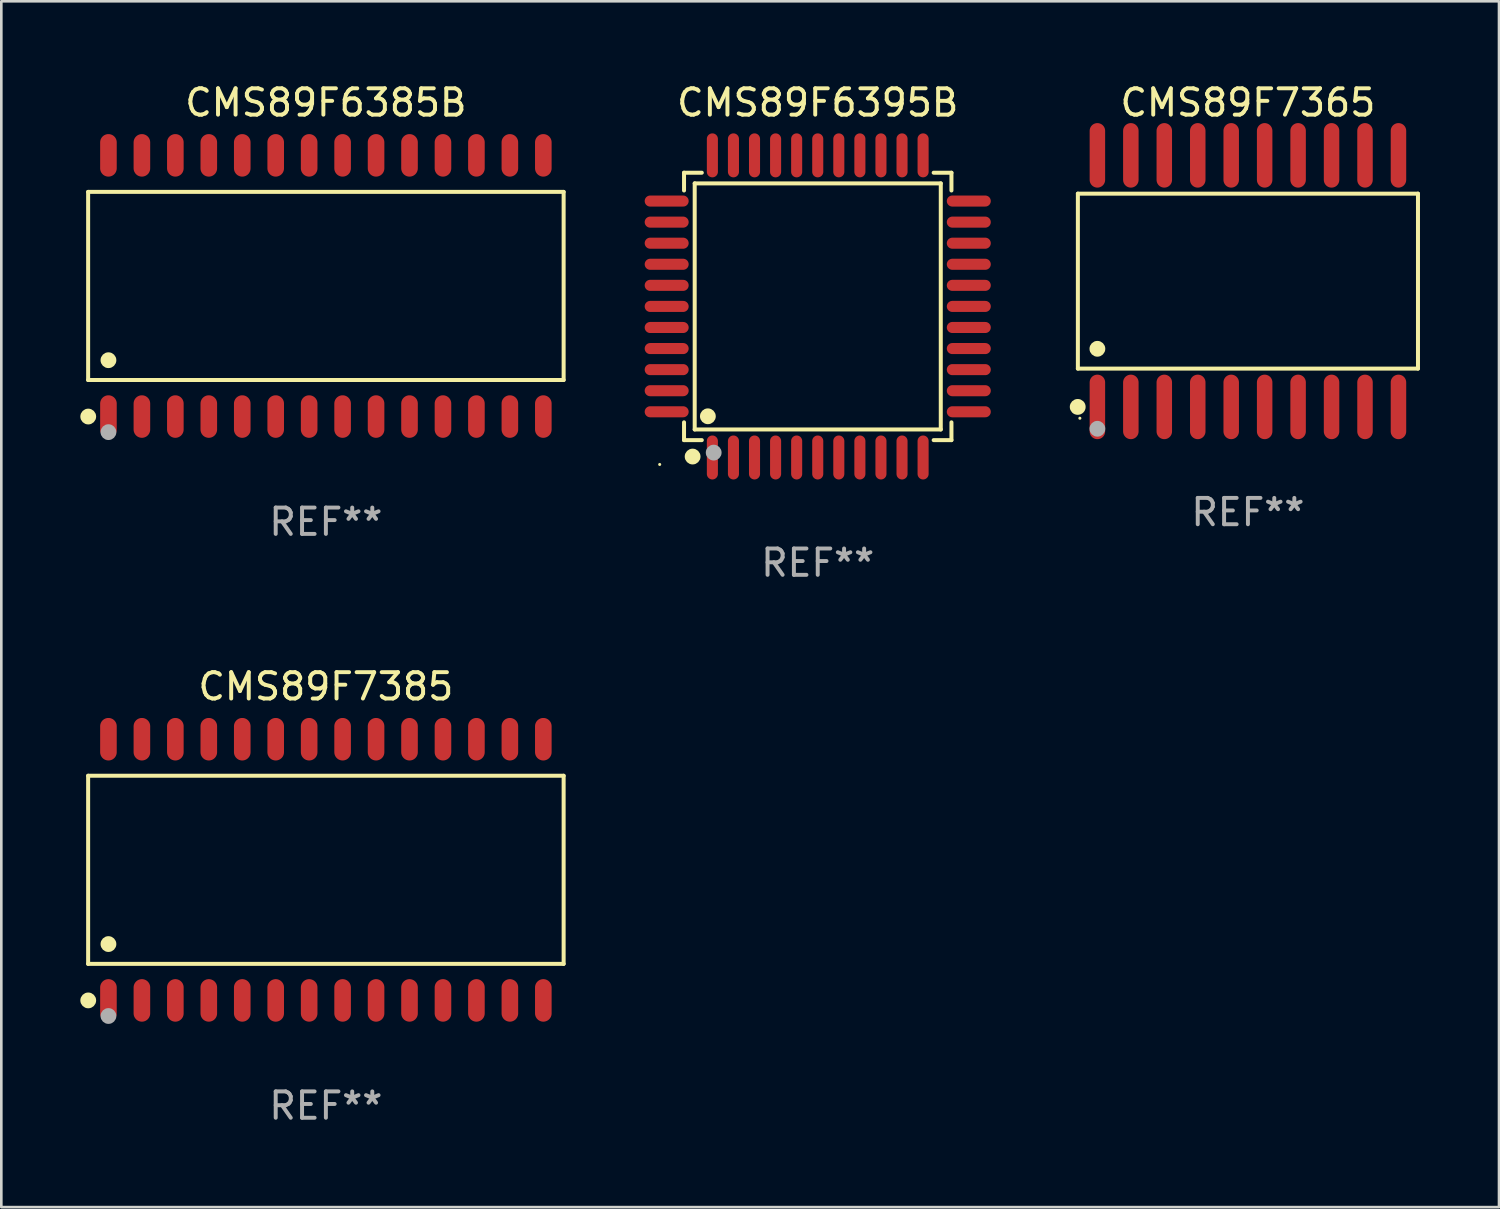
<source format=kicad_pcb>
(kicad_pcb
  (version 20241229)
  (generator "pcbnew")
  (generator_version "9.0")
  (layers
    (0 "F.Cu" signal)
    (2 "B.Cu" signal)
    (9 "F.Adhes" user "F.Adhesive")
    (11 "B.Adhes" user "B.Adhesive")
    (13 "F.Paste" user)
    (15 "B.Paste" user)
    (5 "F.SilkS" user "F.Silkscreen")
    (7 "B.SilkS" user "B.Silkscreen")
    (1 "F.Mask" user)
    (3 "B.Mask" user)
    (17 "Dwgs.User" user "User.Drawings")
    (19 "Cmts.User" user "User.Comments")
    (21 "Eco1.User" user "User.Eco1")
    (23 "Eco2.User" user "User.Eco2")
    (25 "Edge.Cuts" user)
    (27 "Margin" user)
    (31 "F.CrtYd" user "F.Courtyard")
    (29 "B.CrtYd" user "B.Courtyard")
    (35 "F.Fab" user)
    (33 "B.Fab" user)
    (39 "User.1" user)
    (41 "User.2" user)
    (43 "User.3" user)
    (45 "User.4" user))
  (footprint "CMS89F7385"
    (layer "F.Cu")
    (at 9.322 29.972)
    (property "Reference" "CMS89F7385" (at 0 -6.958 0) (layer "F.SilkS") (effects (font (size 1 1) (thickness 0.15))))
    (attr through_hole)
    (fp_line (start -9.026 -3.571) (end 9.026 -3.571) (stroke (width 0.152) (type solid)) (layer "F.SilkS"))
    (fp_line (start -9.026 3.571) (end -9.026 -3.571) (stroke (width 0.152) (type solid)) (layer "F.SilkS"))
    (fp_line (start 9.026 -3.571) (end 9.026 3.571) (stroke (width 0.152) (type solid)) (layer "F.SilkS"))
    (fp_line (start 9.026 3.571) (end -9.026 3.571) (stroke (width 0.152) (type solid)) (layer "F.SilkS"))
    (fp_circle (center -9.022 4.958) (end -8.872 4.958) (stroke (width 0.3) (type solid)) (fill no) (layer "F.SilkS"))
    (fp_circle (center -8.95 5.15) (end -8.92 5.15) (stroke (width 0.06) (type solid)) (fill no) (layer "F.SilkS"))
    (fp_circle (center -8.255 2.819) (end -8.105 2.819) (stroke (width 0.3) (type solid)) (fill no) (layer "F.SilkS"))
    (fp_circle (center -8.255 5.55) (end -8.105 5.55) (stroke (width 0.3) (type solid)) (fill no) (layer "F.Fab"))
    (fp_text user "REF**" (at 0 8.958 0) (layer "F.Fab") (effects (font (size 1 1) (thickness 0.15))))
    (pad "1" smd oval (at -8.255 4.958) (size 0.63 1.615) (layers "F.Cu" "F.Mask" "F.Paste"))
    (pad "2" smd oval (at -6.985 4.958) (size 0.63 1.615) (layers "F.Cu" "F.Mask" "F.Paste"))
    (pad "3" smd oval (at -5.715 4.958) (size 0.63 1.615) (layers "F.Cu" "F.Mask" "F.Paste"))
    (pad "4" smd oval (at -4.445 4.958) (size 0.63 1.615) (layers "F.Cu" "F.Mask" "F.Paste"))
    (pad "5" smd oval (at -3.175 4.958) (size 0.63 1.615) (layers "F.Cu" "F.Mask" "F.Paste"))
    (pad "6" smd oval (at -1.905 4.958) (size 0.63 1.615) (layers "F.Cu" "F.Mask" "F.Paste"))
    (pad "7" smd oval (at -0.635 4.958) (size 0.63 1.615) (layers "F.Cu" "F.Mask" "F.Paste"))
    (pad "8" smd oval (at 0.635 4.958) (size 0.63 1.615) (layers "F.Cu" "F.Mask" "F.Paste"))
    (pad "9" smd oval (at 1.905 4.958) (size 0.63 1.615) (layers "F.Cu" "F.Mask" "F.Paste"))
    (pad "10" smd oval (at 3.175 4.958) (size 0.63 1.615) (layers "F.Cu" "F.Mask" "F.Paste"))
    (pad "11" smd oval (at 4.445 4.958) (size 0.63 1.615) (layers "F.Cu" "F.Mask" "F.Paste"))
    (pad "12" smd oval (at 5.715 4.958) (size 0.63 1.615) (layers "F.Cu" "F.Mask" "F.Paste"))
    (pad "13" smd oval (at 6.985 4.958) (size 0.63 1.615) (layers "F.Cu" "F.Mask" "F.Paste"))
    (pad "14" smd oval (at 8.255 4.958) (size 0.63 1.615) (layers "F.Cu" "F.Mask" "F.Paste"))
    (pad "15" smd oval (at 8.255 -4.958) (size 0.63 1.615) (layers "F.Cu" "F.Mask" "F.Paste"))
    (pad "16" smd oval (at 6.985 -4.958) (size 0.63 1.615) (layers "F.Cu" "F.Mask" "F.Paste"))
    (pad "17" smd oval (at 5.715 -4.958) (size 0.63 1.615) (layers "F.Cu" "F.Mask" "F.Paste"))
    (pad "18" smd oval (at 4.445 -4.958) (size 0.63 1.615) (layers "F.Cu" "F.Mask" "F.Paste"))
    (pad "19" smd oval (at 3.175 -4.958) (size 0.63 1.615) (layers "F.Cu" "F.Mask" "F.Paste"))
    (pad "20" smd oval (at 1.905 -4.958) (size 0.63 1.615) (layers "F.Cu" "F.Mask" "F.Paste"))
    (pad "21" smd oval (at 0.635 -4.958) (size 0.63 1.615) (layers "F.Cu" "F.Mask" "F.Paste"))
    (pad "22" smd oval (at -0.635 -4.958) (size 0.63 1.615) (layers "F.Cu" "F.Mask" "F.Paste"))
    (pad "23" smd oval (at -1.905 -4.958) (size 0.63 1.615) (layers "F.Cu" "F.Mask" "F.Paste"))
    (pad "24" smd oval (at -3.175 -4.958) (size 0.63 1.615) (layers "F.Cu" "F.Mask" "F.Paste"))
    (pad "25" smd oval (at -4.445 -4.958) (size 0.63 1.615) (layers "F.Cu" "F.Mask" "F.Paste"))
    (pad "26" smd oval (at -5.715 -4.958) (size 0.63 1.615) (layers "F.Cu" "F.Mask" "F.Paste"))
    (pad "27" smd oval (at -6.985 -4.958) (size 0.63 1.615) (layers "F.Cu" "F.Mask" "F.Paste"))
    (pad "28" smd oval (at -8.255 -4.958) (size 0.63 1.615) (layers "F.Cu" "F.Mask" "F.Paste")))
  (footprint "CMS89F6385B"
    (layer "F.Cu")
    (at 9.322 7.806)
    (property "Reference" "CMS89F6385B" (at 0 -6.958 0) (layer "F.SilkS") (effects (font (size 1 1) (thickness 0.15))))
    (attr through_hole)
    (fp_line (start -9.026 -3.571) (end 9.026 -3.571) (stroke (width 0.152) (type solid)) (layer "F.SilkS"))
    (fp_line (start -9.026 3.571) (end -9.026 -3.571) (stroke (width 0.152) (type solid)) (layer "F.SilkS"))
    (fp_line (start 9.026 -3.571) (end 9.026 3.571) (stroke (width 0.152) (type solid)) (layer "F.SilkS"))
    (fp_line (start 9.026 3.571) (end -9.026 3.571) (stroke (width 0.152) (type solid)) (layer "F.SilkS"))
    (fp_circle (center -9.022 4.958) (end -8.872 4.958) (stroke (width 0.3) (type solid)) (fill no) (layer "F.SilkS"))
    (fp_circle (center -8.95 5.15) (end -8.92 5.15) (stroke (width 0.06) (type solid)) (fill no) (layer "F.SilkS"))
    (fp_circle (center -8.255 2.819) (end -8.105 2.819) (stroke (width 0.3) (type solid)) (fill no) (layer "F.SilkS"))
    (fp_circle (center -8.255 5.55) (end -8.105 5.55) (stroke (width 0.3) (type solid)) (fill no) (layer "F.Fab"))
    (fp_text user "REF**" (at 0 8.958 0) (layer "F.Fab") (effects (font (size 1 1) (thickness 0.15))))
    (pad "1" smd oval (at -8.255 4.958) (size 0.63 1.615) (layers "F.Cu" "F.Mask" "F.Paste"))
    (pad "2" smd oval (at -6.985 4.958) (size 0.63 1.615) (layers "F.Cu" "F.Mask" "F.Paste"))
    (pad "3" smd oval (at -5.715 4.958) (size 0.63 1.615) (layers "F.Cu" "F.Mask" "F.Paste"))
    (pad "4" smd oval (at -4.445 4.958) (size 0.63 1.615) (layers "F.Cu" "F.Mask" "F.Paste"))
    (pad "5" smd oval (at -3.175 4.958) (size 0.63 1.615) (layers "F.Cu" "F.Mask" "F.Paste"))
    (pad "6" smd oval (at -1.905 4.958) (size 0.63 1.615) (layers "F.Cu" "F.Mask" "F.Paste"))
    (pad "7" smd oval (at -0.635 4.958) (size 0.63 1.615) (layers "F.Cu" "F.Mask" "F.Paste"))
    (pad "8" smd oval (at 0.635 4.958) (size 0.63 1.615) (layers "F.Cu" "F.Mask" "F.Paste"))
    (pad "9" smd oval (at 1.905 4.958) (size 0.63 1.615) (layers "F.Cu" "F.Mask" "F.Paste"))
    (pad "10" smd oval (at 3.175 4.958) (size 0.63 1.615) (layers "F.Cu" "F.Mask" "F.Paste"))
    (pad "11" smd oval (at 4.445 4.958) (size 0.63 1.615) (layers "F.Cu" "F.Mask" "F.Paste"))
    (pad "12" smd oval (at 5.715 4.958) (size 0.63 1.615) (layers "F.Cu" "F.Mask" "F.Paste"))
    (pad "13" smd oval (at 6.985 4.958) (size 0.63 1.615) (layers "F.Cu" "F.Mask" "F.Paste"))
    (pad "14" smd oval (at 8.255 4.958) (size 0.63 1.615) (layers "F.Cu" "F.Mask" "F.Paste"))
    (pad "15" smd oval (at 8.255 -4.958) (size 0.63 1.615) (layers "F.Cu" "F.Mask" "F.Paste"))
    (pad "16" smd oval (at 6.985 -4.958) (size 0.63 1.615) (layers "F.Cu" "F.Mask" "F.Paste"))
    (pad "17" smd oval (at 5.715 -4.958) (size 0.63 1.615) (layers "F.Cu" "F.Mask" "F.Paste"))
    (pad "18" smd oval (at 4.445 -4.958) (size 0.63 1.615) (layers "F.Cu" "F.Mask" "F.Paste"))
    (pad "19" smd oval (at 3.175 -4.958) (size 0.63 1.615) (layers "F.Cu" "F.Mask" "F.Paste"))
    (pad "20" smd oval (at 1.905 -4.958) (size 0.63 1.615) (layers "F.Cu" "F.Mask" "F.Paste"))
    (pad "21" smd oval (at 0.635 -4.958) (size 0.63 1.615) (layers "F.Cu" "F.Mask" "F.Paste"))
    (pad "22" smd oval (at -0.635 -4.958) (size 0.63 1.615) (layers "F.Cu" "F.Mask" "F.Paste"))
    (pad "23" smd oval (at -1.905 -4.958) (size 0.63 1.615) (layers "F.Cu" "F.Mask" "F.Paste"))
    (pad "24" smd oval (at -3.175 -4.958) (size 0.63 1.615) (layers "F.Cu" "F.Mask" "F.Paste"))
    (pad "25" smd oval (at -4.445 -4.958) (size 0.63 1.615) (layers "F.Cu" "F.Mask" "F.Paste"))
    (pad "26" smd oval (at -5.715 -4.958) (size 0.63 1.615) (layers "F.Cu" "F.Mask" "F.Paste"))
    (pad "27" smd oval (at -6.985 -4.958) (size 0.63 1.615) (layers "F.Cu" "F.Mask" "F.Paste"))
    (pad "28" smd oval (at -8.255 -4.958) (size 0.63 1.615) (layers "F.Cu" "F.Mask" "F.Paste")))
  (footprint "CMS89F6395B"
    (layer "F.Cu")
    (at 27.995 8.583)
    (property "Reference" "CMS89F6395B" (at 0 -7.735 0) (layer "F.SilkS") (effects (font (size 1 1) (thickness 0.15))))
    (attr through_hole)
    (fp_line (start -5.076 -5.076) (end -4.401 -5.076) (stroke (width 0.152) (type solid)) (layer "F.SilkS"))
    (fp_line (start -5.076 -4.401) (end -5.076 -5.076) (stroke (width 0.152) (type solid)) (layer "F.SilkS"))
    (fp_line (start -5.076 4.401) (end -5.076 5.076) (stroke (width 0.152) (type solid)) (layer "F.SilkS"))
    (fp_line (start -5.076 5.076) (end -4.401 5.076) (stroke (width 0.152) (type solid)) (layer "F.SilkS"))
    (fp_line (start -4.671 -4.671) (end 4.671 -4.671) (stroke (width 0.152) (type solid)) (layer "F.SilkS"))
    (fp_line (start -4.671 4.671) (end -4.671 -4.671) (stroke (width 0.152) (type solid)) (layer "F.SilkS"))
    (fp_line (start 4.671 -4.671) (end 4.671 4.671) (stroke (width 0.152) (type solid)) (layer "F.SilkS"))
    (fp_line (start 4.671 4.671) (end -4.671 4.671) (stroke (width 0.152) (type solid)) (layer "F.SilkS"))
    (fp_line (start 5.076 -5.076) (end 4.401 -5.076) (stroke (width 0.152) (type solid)) (layer "F.SilkS"))
    (fp_line (start 5.076 -4.401) (end 5.076 -5.076) (stroke (width 0.152) (type solid)) (layer "F.SilkS"))
    (fp_line (start 5.076 4.401) (end 5.076 5.076) (stroke (width 0.152) (type solid)) (layer "F.SilkS"))
    (fp_line (start 5.076 5.076) (end 4.401 5.076) (stroke (width 0.152) (type solid)) (layer "F.SilkS"))
    (fp_circle (center -6 6) (end -5.97 6) (stroke (width 0.06) (type solid)) (fill no) (layer "F.SilkS"))
    (fp_circle (center -4.75 5.7) (end -4.6 5.7) (stroke (width 0.3) (type solid)) (fill no) (layer "F.SilkS"))
    (fp_circle (center -4.171 4.171) (end -4.021 4.171) (stroke (width 0.3) (type solid)) (fill no) (layer "F.SilkS"))
    (fp_circle (center -3.95 5.55) (end -3.8 5.55) (stroke (width 0.3) (type solid)) (fill no) (layer "F.Fab"))
    (fp_text user "REF**" (at 0 9.735 0) (layer "F.Fab") (effects (font (size 1 1) (thickness 0.15))))
    (pad "1" smd oval (at -4 5.735) (size 0.42 1.67) (layers "F.Cu" "F.Mask" "F.Paste"))
    (pad "2" smd oval (at -3.2 5.735) (size 0.42 1.67) (layers "F.Cu" "F.Mask" "F.Paste"))
    (pad "3" smd oval (at -2.4 5.735) (size 0.42 1.67) (layers "F.Cu" "F.Mask" "F.Paste"))
    (pad "4" smd oval (at -1.6 5.735) (size 0.42 1.67) (layers "F.Cu" "F.Mask" "F.Paste"))
    (pad "5" smd oval (at -0.8 5.735) (size 0.42 1.67) (layers "F.Cu" "F.Mask" "F.Paste"))
    (pad "6" smd oval (at 0 5.735) (size 0.42 1.67) (layers "F.Cu" "F.Mask" "F.Paste"))
    (pad "7" smd oval (at 0.8 5.735) (size 0.42 1.67) (layers "F.Cu" "F.Mask" "F.Paste"))
    (pad "8" smd oval (at 1.6 5.735) (size 0.42 1.67) (layers "F.Cu" "F.Mask" "F.Paste"))
    (pad "9" smd oval (at 2.4 5.735) (size 0.42 1.67) (layers "F.Cu" "F.Mask" "F.Paste"))
    (pad "10" smd oval (at 3.2 5.735) (size 0.42 1.67) (layers "F.Cu" "F.Mask" "F.Paste"))
    (pad "11" smd oval (at 4 5.735) (size 0.42 1.67) (layers "F.Cu" "F.Mask" "F.Paste"))
    (pad "12" smd oval (at 5.735 4) (size 1.67 0.42) (layers "F.Cu" "F.Mask" "F.Paste"))
    (pad "13" smd oval (at 5.735 3.2) (size 1.67 0.42) (layers "F.Cu" "F.Mask" "F.Paste"))
    (pad "14" smd oval (at 5.735 2.4) (size 1.67 0.42) (layers "F.Cu" "F.Mask" "F.Paste"))
    (pad "15" smd oval (at 5.735 1.6) (size 1.67 0.42) (layers "F.Cu" "F.Mask" "F.Paste"))
    (pad "16" smd oval (at 5.735 0.8) (size 1.67 0.42) (layers "F.Cu" "F.Mask" "F.Paste"))
    (pad "17" smd oval (at 5.735 0) (size 1.67 0.42) (layers "F.Cu" "F.Mask" "F.Paste"))
    (pad "18" smd oval (at 5.735 -0.8) (size 1.67 0.42) (layers "F.Cu" "F.Mask" "F.Paste"))
    (pad "19" smd oval (at 5.735 -1.6) (size 1.67 0.42) (layers "F.Cu" "F.Mask" "F.Paste"))
    (pad "20" smd oval (at 5.735 -2.4) (size 1.67 0.42) (layers "F.Cu" "F.Mask" "F.Paste"))
    (pad "21" smd oval (at 5.735 -3.2) (size 1.67 0.42) (layers "F.Cu" "F.Mask" "F.Paste"))
    (pad "22" smd oval (at 5.735 -4) (size 1.67 0.42) (layers "F.Cu" "F.Mask" "F.Paste"))
    (pad "23" smd oval (at 4 -5.735) (size 0.42 1.67) (layers "F.Cu" "F.Mask" "F.Paste"))
    (pad "24" smd oval (at 3.2 -5.735) (size 0.42 1.67) (layers "F.Cu" "F.Mask" "F.Paste"))
    (pad "25" smd oval (at 2.4 -5.735) (size 0.42 1.67) (layers "F.Cu" "F.Mask" "F.Paste"))
    (pad "26" smd oval (at 1.6 -5.735) (size 0.42 1.67) (layers "F.Cu" "F.Mask" "F.Paste"))
    (pad "27" smd oval (at 0.8 -5.735) (size 0.42 1.67) (layers "F.Cu" "F.Mask" "F.Paste"))
    (pad "28" smd oval (at 0 -5.735) (size 0.42 1.67) (layers "F.Cu" "F.Mask" "F.Paste"))
    (pad "29" smd oval (at -0.8 -5.735) (size 0.42 1.67) (layers "F.Cu" "F.Mask" "F.Paste"))
    (pad "30" smd oval (at -1.6 -5.735) (size 0.42 1.67) (layers "F.Cu" "F.Mask" "F.Paste"))
    (pad "31" smd oval (at -2.4 -5.735) (size 0.42 1.67) (layers "F.Cu" "F.Mask" "F.Paste"))
    (pad "32" smd oval (at -3.2 -5.735) (size 0.42 1.67) (layers "F.Cu" "F.Mask" "F.Paste"))
    (pad "33" smd oval (at -4 -5.735) (size 0.42 1.67) (layers "F.Cu" "F.Mask" "F.Paste"))
    (pad "34" smd oval (at -5.735 -4) (size 1.67 0.42) (layers "F.Cu" "F.Mask" "F.Paste"))
    (pad "35" smd oval (at -5.735 -3.2) (size 1.67 0.42) (layers "F.Cu" "F.Mask" "F.Paste"))
    (pad "36" smd oval (at -5.735 -2.4) (size 1.67 0.42) (layers "F.Cu" "F.Mask" "F.Paste"))
    (pad "37" smd oval (at -5.735 -1.6) (size 1.67 0.42) (layers "F.Cu" "F.Mask" "F.Paste"))
    (pad "38" smd oval (at -5.735 -0.8) (size 1.67 0.42) (layers "F.Cu" "F.Mask" "F.Paste"))
    (pad "39" smd oval (at -5.735 0) (size 1.67 0.42) (layers "F.Cu" "F.Mask" "F.Paste"))
    (pad "40" smd oval (at -5.735 0.8) (size 1.67 0.42) (layers "F.Cu" "F.Mask" "F.Paste"))
    (pad "41" smd oval (at -5.735 1.6) (size 1.67 0.42) (layers "F.Cu" "F.Mask" "F.Paste"))
    (pad "42" smd oval (at -5.735 2.4) (size 1.67 0.42) (layers "F.Cu" "F.Mask" "F.Paste"))
    (pad "43" smd oval (at -5.735 3.2) (size 1.67 0.42) (layers "F.Cu" "F.Mask" "F.Paste"))
    (pad "44" smd oval (at -5.735 4) (size 1.67 0.42) (layers "F.Cu" "F.Mask" "F.Paste")))
  (footprint "CMS89F7365"
    (layer "F.Cu")
    (at 44.327 7.623)
    (property "Reference" "CMS89F7365" (at 0 -6.775 0) (layer "F.SilkS") (effects (font (size 1 1) (thickness 0.15))))
    (attr through_hole)
    (fp_line (start -6.456 -3.321) (end 6.456 -3.321) (stroke (width 0.152) (type solid)) (layer "F.SilkS"))
    (fp_line (start -6.456 3.321) (end -6.456 -3.321) (stroke (width 0.152) (type solid)) (layer "F.SilkS"))
    (fp_line (start 6.456 -3.321) (end 6.456 3.321) (stroke (width 0.152) (type solid)) (layer "F.SilkS"))
    (fp_line (start 6.456 3.321) (end -6.456 3.321) (stroke (width 0.152) (type solid)) (layer "F.SilkS"))
    (fp_circle (center -6.462 4.775) (end -6.311 4.775) (stroke (width 0.3) (type solid)) (fill no) (layer "F.SilkS"))
    (fp_circle (center -6.38 5.205) (end -6.35 5.205) (stroke (width 0.06) (type solid)) (fill no) (layer "F.SilkS"))
    (fp_circle (center -5.715 2.569) (end -5.565 2.569) (stroke (width 0.3) (type solid)) (fill no) (layer "F.SilkS"))
    (fp_circle (center -5.715 5.605) (end -5.565 5.605) (stroke (width 0.3) (type solid)) (fill no) (layer "F.Fab"))
    (fp_text user "REF**" (at 0 8.775 0) (layer "F.Fab") (effects (font (size 1 1) (thickness 0.15))))
    (pad "1" smd oval (at -5.715 4.775) (size 0.588 2.45) (layers "F.Cu" "F.Mask" "F.Paste"))
    (pad "2" smd oval (at -4.445 4.775) (size 0.588 2.45) (layers "F.Cu" "F.Mask" "F.Paste"))
    (pad "3" smd oval (at -3.175 4.775) (size 0.588 2.45) (layers "F.Cu" "F.Mask" "F.Paste"))
    (pad "4" smd oval (at -1.905 4.775) (size 0.588 2.45) (layers "F.Cu" "F.Mask" "F.Paste"))
    (pad "5" smd oval (at -0.635 4.775) (size 0.588 2.45) (layers "F.Cu" "F.Mask" "F.Paste"))
    (pad "6" smd oval (at 0.635 4.775) (size 0.588 2.45) (layers "F.Cu" "F.Mask" "F.Paste"))
    (pad "7" smd oval (at 1.905 4.775) (size 0.588 2.45) (layers "F.Cu" "F.Mask" "F.Paste"))
    (pad "8" smd oval (at 3.175 4.775) (size 0.588 2.45) (layers "F.Cu" "F.Mask" "F.Paste"))
    (pad "9" smd oval (at 4.445 4.775) (size 0.588 2.45) (layers "F.Cu" "F.Mask" "F.Paste"))
    (pad "10" smd oval (at 5.715 4.775) (size 0.588 2.45) (layers "F.Cu" "F.Mask" "F.Paste"))
    (pad "11" smd oval (at 5.715 -4.775) (size 0.588 2.45) (layers "F.Cu" "F.Mask" "F.Paste"))
    (pad "12" smd oval (at 4.445 -4.775) (size 0.588 2.45) (layers "F.Cu" "F.Mask" "F.Paste"))
    (pad "13" smd oval (at 3.175 -4.775) (size 0.588 2.45) (layers "F.Cu" "F.Mask" "F.Paste"))
    (pad "14" smd oval (at 1.905 -4.775) (size 0.588 2.45) (layers "F.Cu" "F.Mask" "F.Paste"))
    (pad "15" smd oval (at 0.635 -4.775) (size 0.588 2.45) (layers "F.Cu" "F.Mask" "F.Paste"))
    (pad "16" smd oval (at -0.635 -4.775) (size 0.588 2.45) (layers "F.Cu" "F.Mask" "F.Paste"))
    (pad "17" smd oval (at -1.905 -4.775) (size 0.588 2.45) (layers "F.Cu" "F.Mask" "F.Paste"))
    (pad "18" smd oval (at -3.175 -4.775) (size 0.588 2.45) (layers "F.Cu" "F.Mask" "F.Paste"))
    (pad "19" smd oval (at -4.445 -4.775) (size 0.588 2.45) (layers "F.Cu" "F.Mask" "F.Paste"))
    (pad "20" smd oval (at -5.715 -4.775) (size 0.588 2.45) (layers "F.Cu" "F.Mask" "F.Paste")))
  (gr_rect
    (start -3 -3)
    (end 53.859 42.778)
    (stroke (width 0.1) (type default))
    (fill no)
    (layer "Edge.Cuts")))
</source>
